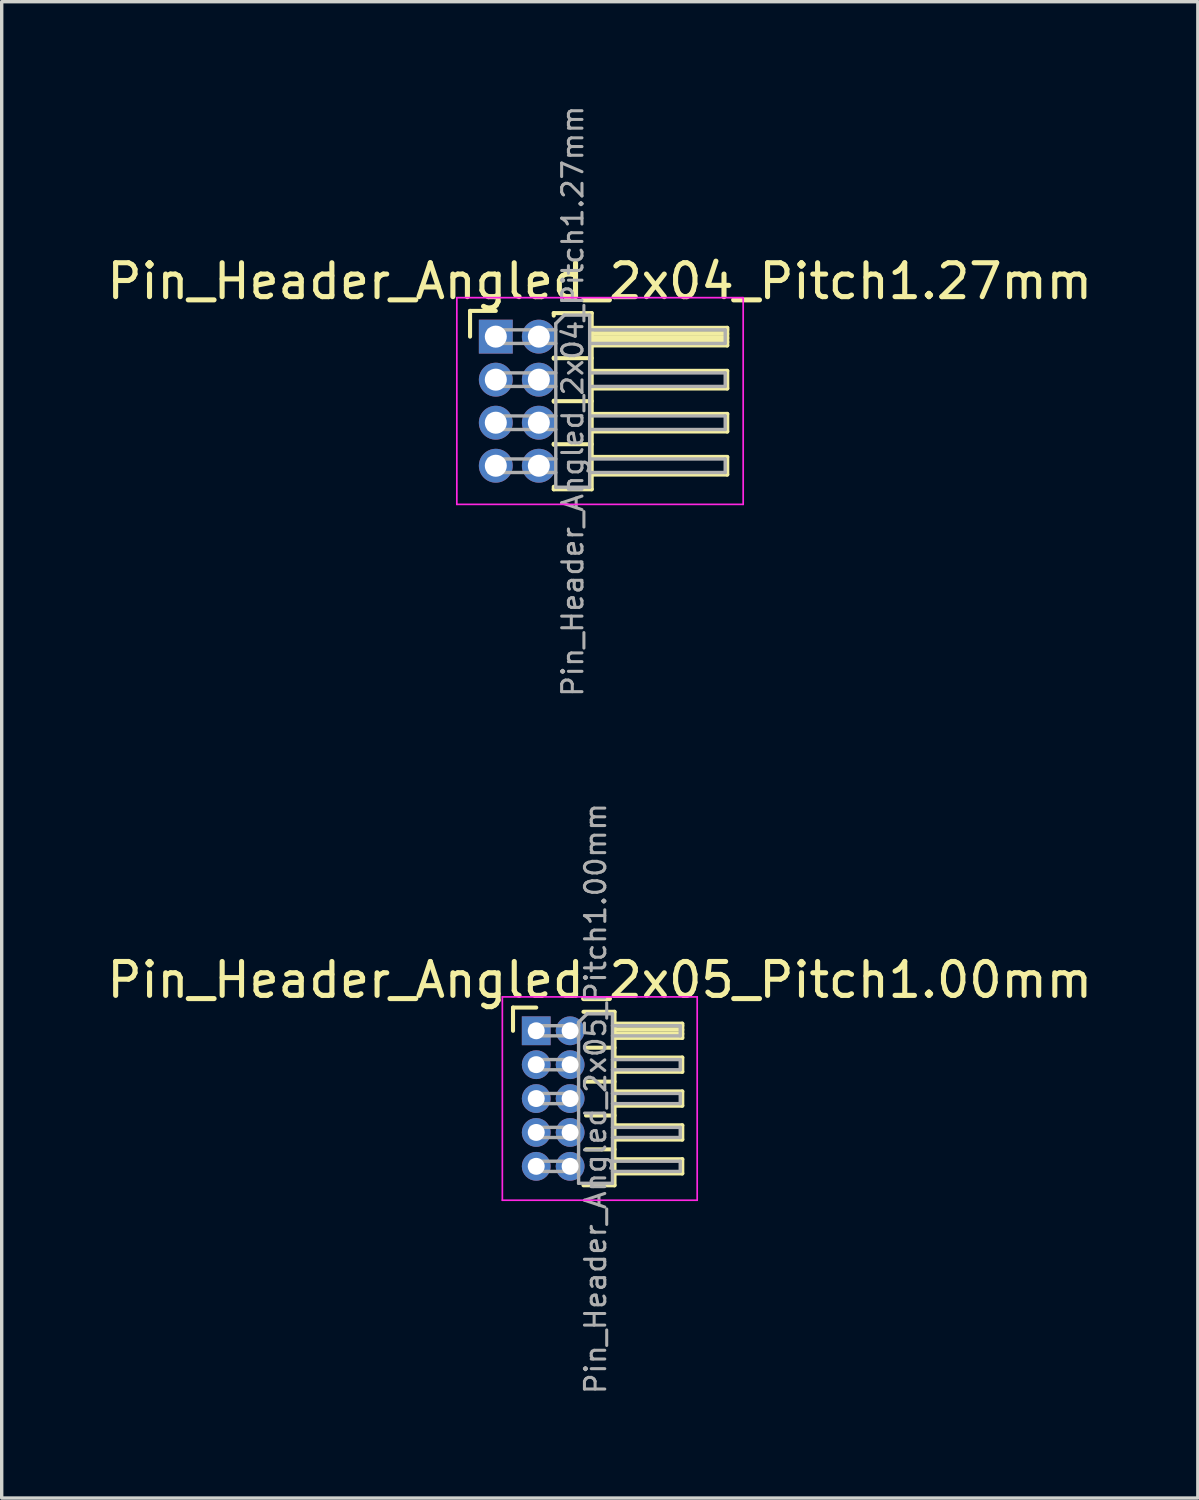
<source format=kicad_pcb>
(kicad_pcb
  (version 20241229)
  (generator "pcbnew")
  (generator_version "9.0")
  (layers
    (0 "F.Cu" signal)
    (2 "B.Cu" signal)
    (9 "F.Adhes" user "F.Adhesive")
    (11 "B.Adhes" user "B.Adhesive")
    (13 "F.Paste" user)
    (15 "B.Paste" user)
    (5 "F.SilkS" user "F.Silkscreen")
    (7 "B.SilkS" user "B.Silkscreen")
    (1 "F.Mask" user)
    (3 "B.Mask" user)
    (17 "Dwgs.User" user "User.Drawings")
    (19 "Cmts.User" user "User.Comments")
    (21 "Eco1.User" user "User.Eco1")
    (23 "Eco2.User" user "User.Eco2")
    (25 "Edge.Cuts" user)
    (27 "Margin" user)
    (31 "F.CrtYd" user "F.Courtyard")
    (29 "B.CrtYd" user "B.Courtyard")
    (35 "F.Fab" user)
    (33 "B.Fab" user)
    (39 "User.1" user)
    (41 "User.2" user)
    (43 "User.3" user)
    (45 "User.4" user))
  (footprint "Pin_Header_Angled_2x05_Pitch1.00mm"
    (layer "F.Cu")
    (at 12.774 27.368)
    (property "Reference" "Pin_Header_Angled_2x05_Pitch1.00mm" (at 1.875 -1.5 0) (layer "F.SilkS") (effects (font (size 1 1) (thickness 0.15))))
    (attr through_hole)
    (fp_line (start -0.685 -0.685) (end 0 -0.685) (stroke (width 0.12) (type solid)) (layer "F.SilkS"))
    (fp_line (start -0.685 0) (end -0.685 -0.685) (stroke (width 0.12) (type solid)) (layer "F.SilkS"))
    (fp_line (start 1.394 -0.56) (end 2.31 -0.56) (stroke (width 0.12) (type solid)) (layer "F.SilkS"))
    (fp_line (start 1.468 0.5) (end 2.31 0.5) (stroke (width 0.12) (type solid)) (layer "F.SilkS"))
    (fp_line (start 1.468 1.5) (end 2.31 1.5) (stroke (width 0.12) (type solid)) (layer "F.SilkS"))
    (fp_line (start 1.468 2.5) (end 2.31 2.5) (stroke (width 0.12) (type solid)) (layer "F.SilkS"))
    (fp_line (start 1.468 3.5) (end 2.31 3.5) (stroke (width 0.12) (type solid)) (layer "F.SilkS"))
    (fp_line (start 2.31 -0.56) (end 2.31 4.56) (stroke (width 0.12) (type solid)) (layer "F.SilkS"))
    (fp_line (start 2.31 -0.21) (end 4.31 -0.21) (stroke (width 0.12) (type solid)) (layer "F.SilkS"))
    (fp_line (start 2.31 -0.15) (end 4.31 -0.15) (stroke (width 0.12) (type solid)) (layer "F.SilkS"))
    (fp_line (start 2.31 -0.03) (end 4.31 -0.03) (stroke (width 0.12) (type solid)) (layer "F.SilkS"))
    (fp_line (start 2.31 0.09) (end 4.31 0.09) (stroke (width 0.12) (type solid)) (layer "F.SilkS"))
    (fp_line (start 2.31 0.79) (end 4.31 0.79) (stroke (width 0.12) (type solid)) (layer "F.SilkS"))
    (fp_line (start 2.31 1.79) (end 4.31 1.79) (stroke (width 0.12) (type solid)) (layer "F.SilkS"))
    (fp_line (start 2.31 2.79) (end 4.31 2.79) (stroke (width 0.12) (type solid)) (layer "F.SilkS"))
    (fp_line (start 2.31 3.79) (end 4.31 3.79) (stroke (width 0.12) (type solid)) (layer "F.SilkS"))
    (fp_line (start 2.31 4.56) (end 1.394 4.56) (stroke (width 0.12) (type solid)) (layer "F.SilkS"))
    (fp_line (start 4.31 -0.21) (end 4.31 0.21) (stroke (width 0.12) (type solid)) (layer "F.SilkS"))
    (fp_line (start 4.31 0.21) (end 2.31 0.21) (stroke (width 0.12) (type solid)) (layer "F.SilkS"))
    (fp_line (start 4.31 0.79) (end 4.31 1.21) (stroke (width 0.12) (type solid)) (layer "F.SilkS"))
    (fp_line (start 4.31 1.21) (end 2.31 1.21) (stroke (width 0.12) (type solid)) (layer "F.SilkS"))
    (fp_line (start 4.31 1.79) (end 4.31 2.21) (stroke (width 0.12) (type solid)) (layer "F.SilkS"))
    (fp_line (start 4.31 2.21) (end 2.31 2.21) (stroke (width 0.12) (type solid)) (layer "F.SilkS"))
    (fp_line (start 4.31 2.79) (end 4.31 3.21) (stroke (width 0.12) (type solid)) (layer "F.SilkS"))
    (fp_line (start 4.31 3.21) (end 2.31 3.21) (stroke (width 0.12) (type solid)) (layer "F.SilkS"))
    (fp_line (start 4.31 3.79) (end 4.31 4.21) (stroke (width 0.12) (type solid)) (layer "F.SilkS"))
    (fp_line (start 4.31 4.21) (end 2.31 4.21) (stroke (width 0.12) (type solid)) (layer "F.SilkS"))
    (fp_line (start -1 -1) (end -1 5) (stroke (width 0.05) (type solid)) (layer "F.CrtYd"))
    (fp_line (start -1 5) (end 4.75 5) (stroke (width 0.05) (type solid)) (layer "F.CrtYd"))
    (fp_line (start 4.75 -1) (end -1 -1) (stroke (width 0.05) (type solid)) (layer "F.CrtYd"))
    (fp_line (start 4.75 5) (end 4.75 -1) (stroke (width 0.05) (type solid)) (layer "F.CrtYd"))
    (fp_line (start -0.15 -0.15) (end -0.15 0.15) (stroke (width 0.1) (type solid)) (layer "F.Fab"))
    (fp_line (start -0.15 -0.15) (end 1.25 -0.15) (stroke (width 0.1) (type solid)) (layer "F.Fab"))
    (fp_line (start -0.15 0.15) (end 1.25 0.15) (stroke (width 0.1) (type solid)) (layer "F.Fab"))
    (fp_line (start -0.15 0.85) (end -0.15 1.15) (stroke (width 0.1) (type solid)) (layer "F.Fab"))
    (fp_line (start -0.15 0.85) (end 1.25 0.85) (stroke (width 0.1) (type solid)) (layer "F.Fab"))
    (fp_line (start -0.15 1.15) (end 1.25 1.15) (stroke (width 0.1) (type solid)) (layer "F.Fab"))
    (fp_line (start -0.15 1.85) (end -0.15 2.15) (stroke (width 0.1) (type solid)) (layer "F.Fab"))
    (fp_line (start -0.15 1.85) (end 1.25 1.85) (stroke (width 0.1) (type solid)) (layer "F.Fab"))
    (fp_line (start -0.15 2.15) (end 1.25 2.15) (stroke (width 0.1) (type solid)) (layer "F.Fab"))
    (fp_line (start -0.15 2.85) (end -0.15 3.15) (stroke (width 0.1) (type solid)) (layer "F.Fab"))
    (fp_line (start -0.15 2.85) (end 1.25 2.85) (stroke (width 0.1) (type solid)) (layer "F.Fab"))
    (fp_line (start -0.15 3.15) (end 1.25 3.15) (stroke (width 0.1) (type solid)) (layer "F.Fab"))
    (fp_line (start -0.15 3.85) (end -0.15 4.15) (stroke (width 0.1) (type solid)) (layer "F.Fab"))
    (fp_line (start -0.15 3.85) (end 1.25 3.85) (stroke (width 0.1) (type solid)) (layer "F.Fab"))
    (fp_line (start -0.15 4.15) (end 1.25 4.15) (stroke (width 0.1) (type solid)) (layer "F.Fab"))
    (fp_line (start 1.25 -0.25) (end 1.5 -0.5) (stroke (width 0.1) (type solid)) (layer "F.Fab"))
    (fp_line (start 1.25 4.5) (end 1.25 -0.25) (stroke (width 0.1) (type solid)) (layer "F.Fab"))
    (fp_line (start 1.5 -0.5) (end 2.25 -0.5) (stroke (width 0.1) (type solid)) (layer "F.Fab"))
    (fp_line (start 2.25 -0.5) (end 2.25 4.5) (stroke (width 0.1) (type solid)) (layer "F.Fab"))
    (fp_line (start 2.25 -0.15) (end 4.25 -0.15) (stroke (width 0.1) (type solid)) (layer "F.Fab"))
    (fp_line (start 2.25 0.15) (end 4.25 0.15) (stroke (width 0.1) (type solid)) (layer "F.Fab"))
    (fp_line (start 2.25 0.85) (end 4.25 0.85) (stroke (width 0.1) (type solid)) (layer "F.Fab"))
    (fp_line (start 2.25 1.15) (end 4.25 1.15) (stroke (width 0.1) (type solid)) (layer "F.Fab"))
    (fp_line (start 2.25 1.85) (end 4.25 1.85) (stroke (width 0.1) (type solid)) (layer "F.Fab"))
    (fp_line (start 2.25 2.15) (end 4.25 2.15) (stroke (width 0.1) (type solid)) (layer "F.Fab"))
    (fp_line (start 2.25 2.85) (end 4.25 2.85) (stroke (width 0.1) (type solid)) (layer "F.Fab"))
    (fp_line (start 2.25 3.15) (end 4.25 3.15) (stroke (width 0.1) (type solid)) (layer "F.Fab"))
    (fp_line (start 2.25 3.85) (end 4.25 3.85) (stroke (width 0.1) (type solid)) (layer "F.Fab"))
    (fp_line (start 2.25 4.15) (end 4.25 4.15) (stroke (width 0.1) (type solid)) (layer "F.Fab"))
    (fp_line (start 2.25 4.5) (end 1.25 4.5) (stroke (width 0.1) (type solid)) (layer "F.Fab"))
    (fp_line (start 4.25 -0.15) (end 4.25 0.15) (stroke (width 0.1) (type solid)) (layer "F.Fab"))
    (fp_line (start 4.25 0.85) (end 4.25 1.15) (stroke (width 0.1) (type solid)) (layer "F.Fab"))
    (fp_line (start 4.25 1.85) (end 4.25 2.15) (stroke (width 0.1) (type solid)) (layer "F.Fab"))
    (fp_line (start 4.25 2.85) (end 4.25 3.15) (stroke (width 0.1) (type solid)) (layer "F.Fab"))
    (fp_line (start 4.25 3.85) (end 4.25 4.15) (stroke (width 0.1) (type solid)) (layer "F.Fab"))
    (fp_text user "${REFERENCE}" (at 1.75 2 90) (layer "F.Fab") (effects (font (size 0.6 0.6) (thickness 0.09))))
    (pad "1" thru_hole rect (at 0 0) (size 0.85 0.85) (drill 0.5) (layers "*.Cu" "*.Mask"))
    (pad "2" thru_hole oval (at 1 0) (size 0.85 0.85) (drill 0.5) (layers "*.Cu" "*.Mask"))
    (pad "3" thru_hole oval (at 0 1) (size 0.85 0.85) (drill 0.5) (layers "*.Cu" "*.Mask"))
    (pad "4" thru_hole oval (at 1 1) (size 0.85 0.85) (drill 0.5) (layers "*.Cu" "*.Mask"))
    (pad "5" thru_hole oval (at 0 2) (size 0.85 0.85) (drill 0.5) (layers "*.Cu" "*.Mask"))
    (pad "6" thru_hole oval (at 1 2) (size 0.85 0.85) (drill 0.5) (layers "*.Cu" "*.Mask"))
    (pad "7" thru_hole oval (at 0 3) (size 0.85 0.85) (drill 0.5) (layers "*.Cu" "*.Mask"))
    (pad "8" thru_hole oval (at 1 3) (size 0.85 0.85) (drill 0.5) (layers "*.Cu" "*.Mask"))
    (pad "9" thru_hole oval (at 0 4) (size 0.85 0.85) (drill 0.5) (layers "*.Cu" "*.Mask"))
    (pad "10" thru_hole oval (at 1 4) (size 0.85 0.85) (drill 0.5) (layers "*.Cu" "*.Mask")))
  (footprint "Pin_Header_Angled_2x04_Pitch1.27mm"
    (layer "F.Cu")
    (at 11.581 6.884)
    (property "Reference" "Pin_Header_Angled_2x04_Pitch1.27mm" (at 3.067 -1.635 0) (layer "F.SilkS") (effects (font (size 1 1) (thickness 0.15))))
    (attr through_hole)
    (fp_line (start -0.76 -0.76) (end 0 -0.76) (stroke (width 0.12) (type solid)) (layer "F.SilkS"))
    (fp_line (start -0.76 0) (end -0.76 -0.76) (stroke (width 0.12) (type solid)) (layer "F.SilkS"))
    (fp_line (start 1.71 -0.695) (end 2.83 -0.695) (stroke (width 0.12) (type solid)) (layer "F.SilkS"))
    (fp_line (start 1.71 -0.62) (end 1.71 -0.695) (stroke (width 0.12) (type solid)) (layer "F.SilkS"))
    (fp_line (start 1.71 0.62) (end 1.71 0.65) (stroke (width 0.12) (type solid)) (layer "F.SilkS"))
    (fp_line (start 1.71 0.635) (end 2.83 0.635) (stroke (width 0.12) (type solid)) (layer "F.SilkS"))
    (fp_line (start 1.71 1.89) (end 1.71 1.92) (stroke (width 0.12) (type solid)) (layer "F.SilkS"))
    (fp_line (start 1.71 1.905) (end 2.83 1.905) (stroke (width 0.12) (type solid)) (layer "F.SilkS"))
    (fp_line (start 1.71 3.16) (end 1.71 3.19) (stroke (width 0.12) (type solid)) (layer "F.SilkS"))
    (fp_line (start 1.71 3.175) (end 2.83 3.175) (stroke (width 0.12) (type solid)) (layer "F.SilkS"))
    (fp_line (start 1.71 4.505) (end 1.71 4.43) (stroke (width 0.12) (type solid)) (layer "F.SilkS"))
    (fp_line (start 2.83 -0.695) (end 2.83 4.505) (stroke (width 0.12) (type solid)) (layer "F.SilkS"))
    (fp_line (start 2.83 -0.26) (end 6.83 -0.26) (stroke (width 0.12) (type solid)) (layer "F.SilkS"))
    (fp_line (start 2.83 -0.2) (end 6.83 -0.2) (stroke (width 0.12) (type solid)) (layer "F.SilkS"))
    (fp_line (start 2.83 -0.08) (end 6.83 -0.08) (stroke (width 0.12) (type solid)) (layer "F.SilkS"))
    (fp_line (start 2.83 0.04) (end 6.83 0.04) (stroke (width 0.12) (type solid)) (layer "F.SilkS"))
    (fp_line (start 2.83 0.16) (end 6.83 0.16) (stroke (width 0.12) (type solid)) (layer "F.SilkS"))
    (fp_line (start 2.83 1.01) (end 6.83 1.01) (stroke (width 0.12) (type solid)) (layer "F.SilkS"))
    (fp_line (start 2.83 2.28) (end 6.83 2.28) (stroke (width 0.12) (type solid)) (layer "F.SilkS"))
    (fp_line (start 2.83 3.55) (end 6.83 3.55) (stroke (width 0.12) (type solid)) (layer "F.SilkS"))
    (fp_line (start 2.83 4.505) (end 1.71 4.505) (stroke (width 0.12) (type solid)) (layer "F.SilkS"))
    (fp_line (start 6.83 -0.26) (end 6.83 0.26) (stroke (width 0.12) (type solid)) (layer "F.SilkS"))
    (fp_line (start 6.83 0.26) (end 2.83 0.26) (stroke (width 0.12) (type solid)) (layer "F.SilkS"))
    (fp_line (start 6.83 1.01) (end 6.83 1.53) (stroke (width 0.12) (type solid)) (layer "F.SilkS"))
    (fp_line (start 6.83 1.53) (end 2.83 1.53) (stroke (width 0.12) (type solid)) (layer "F.SilkS"))
    (fp_line (start 6.83 2.28) (end 6.83 2.8) (stroke (width 0.12) (type solid)) (layer "F.SilkS"))
    (fp_line (start 6.83 2.8) (end 2.83 2.8) (stroke (width 0.12) (type solid)) (layer "F.SilkS"))
    (fp_line (start 6.83 3.55) (end 6.83 4.07) (stroke (width 0.12) (type solid)) (layer "F.SilkS"))
    (fp_line (start 6.83 4.07) (end 2.83 4.07) (stroke (width 0.12) (type solid)) (layer "F.SilkS"))
    (fp_line (start -1.15 -1.15) (end -1.15 4.95) (stroke (width 0.05) (type solid)) (layer "F.CrtYd"))
    (fp_line (start -1.15 4.95) (end 7.3 4.95) (stroke (width 0.05) (type solid)) (layer "F.CrtYd"))
    (fp_line (start 7.3 -1.15) (end -1.15 -1.15) (stroke (width 0.05) (type solid)) (layer "F.CrtYd"))
    (fp_line (start 7.3 4.95) (end 7.3 -1.15) (stroke (width 0.05) (type solid)) (layer "F.CrtYd"))
    (fp_line (start -0.2 -0.2) (end -0.2 0.2) (stroke (width 0.1) (type solid)) (layer "F.Fab"))
    (fp_line (start -0.2 -0.2) (end 1.77 -0.2) (stroke (width 0.1) (type solid)) (layer "F.Fab"))
    (fp_line (start -0.2 0.2) (end 1.77 0.2) (stroke (width 0.1) (type solid)) (layer "F.Fab"))
    (fp_line (start -0.2 1.07) (end -0.2 1.47) (stroke (width 0.1) (type solid)) (layer "F.Fab"))
    (fp_line (start -0.2 1.07) (end 1.77 1.07) (stroke (width 0.1) (type solid)) (layer "F.Fab"))
    (fp_line (start -0.2 1.47) (end 1.77 1.47) (stroke (width 0.1) (type solid)) (layer "F.Fab"))
    (fp_line (start -0.2 2.34) (end -0.2 2.74) (stroke (width 0.1) (type solid)) (layer "F.Fab"))
    (fp_line (start -0.2 2.34) (end 1.77 2.34) (stroke (width 0.1) (type solid)) (layer "F.Fab"))
    (fp_line (start -0.2 2.74) (end 1.77 2.74) (stroke (width 0.1) (type solid)) (layer "F.Fab"))
    (fp_line (start -0.2 3.61) (end -0.2 4.01) (stroke (width 0.1) (type solid)) (layer "F.Fab"))
    (fp_line (start -0.2 3.61) (end 1.77 3.61) (stroke (width 0.1) (type solid)) (layer "F.Fab"))
    (fp_line (start -0.2 4.01) (end 1.77 4.01) (stroke (width 0.1) (type solid)) (layer "F.Fab"))
    (fp_line (start 1.77 -0.385) (end 2.02 -0.635) (stroke (width 0.1) (type solid)) (layer "F.Fab"))
    (fp_line (start 1.77 4.445) (end 1.77 -0.385) (stroke (width 0.1) (type solid)) (layer "F.Fab"))
    (fp_line (start 2.02 -0.635) (end 2.77 -0.635) (stroke (width 0.1) (type solid)) (layer "F.Fab"))
    (fp_line (start 2.77 -0.635) (end 2.77 4.445) (stroke (width 0.1) (type solid)) (layer "F.Fab"))
    (fp_line (start 2.77 -0.2) (end 6.77 -0.2) (stroke (width 0.1) (type solid)) (layer "F.Fab"))
    (fp_line (start 2.77 0.2) (end 6.77 0.2) (stroke (width 0.1) (type solid)) (layer "F.Fab"))
    (fp_line (start 2.77 1.07) (end 6.77 1.07) (stroke (width 0.1) (type solid)) (layer "F.Fab"))
    (fp_line (start 2.77 1.47) (end 6.77 1.47) (stroke (width 0.1) (type solid)) (layer "F.Fab"))
    (fp_line (start 2.77 2.34) (end 6.77 2.34) (stroke (width 0.1) (type solid)) (layer "F.Fab"))
    (fp_line (start 2.77 2.74) (end 6.77 2.74) (stroke (width 0.1) (type solid)) (layer "F.Fab"))
    (fp_line (start 2.77 3.61) (end 6.77 3.61) (stroke (width 0.1) (type solid)) (layer "F.Fab"))
    (fp_line (start 2.77 4.01) (end 6.77 4.01) (stroke (width 0.1) (type solid)) (layer "F.Fab"))
    (fp_line (start 2.77 4.445) (end 1.77 4.445) (stroke (width 0.1) (type solid)) (layer "F.Fab"))
    (fp_line (start 6.77 -0.2) (end 6.77 0.2) (stroke (width 0.1) (type solid)) (layer "F.Fab"))
    (fp_line (start 6.77 1.07) (end 6.77 1.47) (stroke (width 0.1) (type solid)) (layer "F.Fab"))
    (fp_line (start 6.77 2.34) (end 6.77 2.74) (stroke (width 0.1) (type solid)) (layer "F.Fab"))
    (fp_line (start 6.77 3.61) (end 6.77 4.01) (stroke (width 0.1) (type solid)) (layer "F.Fab"))
    (fp_text user "${REFERENCE}" (at 2.27 1.905 90) (layer "F.Fab") (effects (font (size 0.6 0.6) (thickness 0.09))))
    (pad "1" thru_hole rect (at 0 0) (size 1 1) (drill 0.65) (layers "*.Cu" "*.Mask"))
    (pad "2" thru_hole oval (at 1.27 0) (size 1 1) (drill 0.65) (layers "*.Cu" "*.Mask"))
    (pad "3" thru_hole oval (at 0 1.27) (size 1 1) (drill 0.65) (layers "*.Cu" "*.Mask"))
    (pad "4" thru_hole oval (at 1.27 1.27) (size 1 1) (drill 0.65) (layers "*.Cu" "*.Mask"))
    (pad "5" thru_hole oval (at 0 2.54) (size 1 1) (drill 0.65) (layers "*.Cu" "*.Mask"))
    (pad "6" thru_hole oval (at 1.27 2.54) (size 1 1) (drill 0.65) (layers "*.Cu" "*.Mask"))
    (pad "7" thru_hole oval (at 0 3.81) (size 1 1) (drill 0.65) (layers "*.Cu" "*.Mask"))
    (pad "8" thru_hole oval (at 1.27 3.81) (size 1 1) (drill 0.65) (layers "*.Cu" "*.Mask")))
  (gr_rect
    (start -3 -3)
    (end 32.298 41.157)
    (stroke (width 0.1) (type default))
    (fill no)
    (layer "Edge.Cuts")))
</source>
